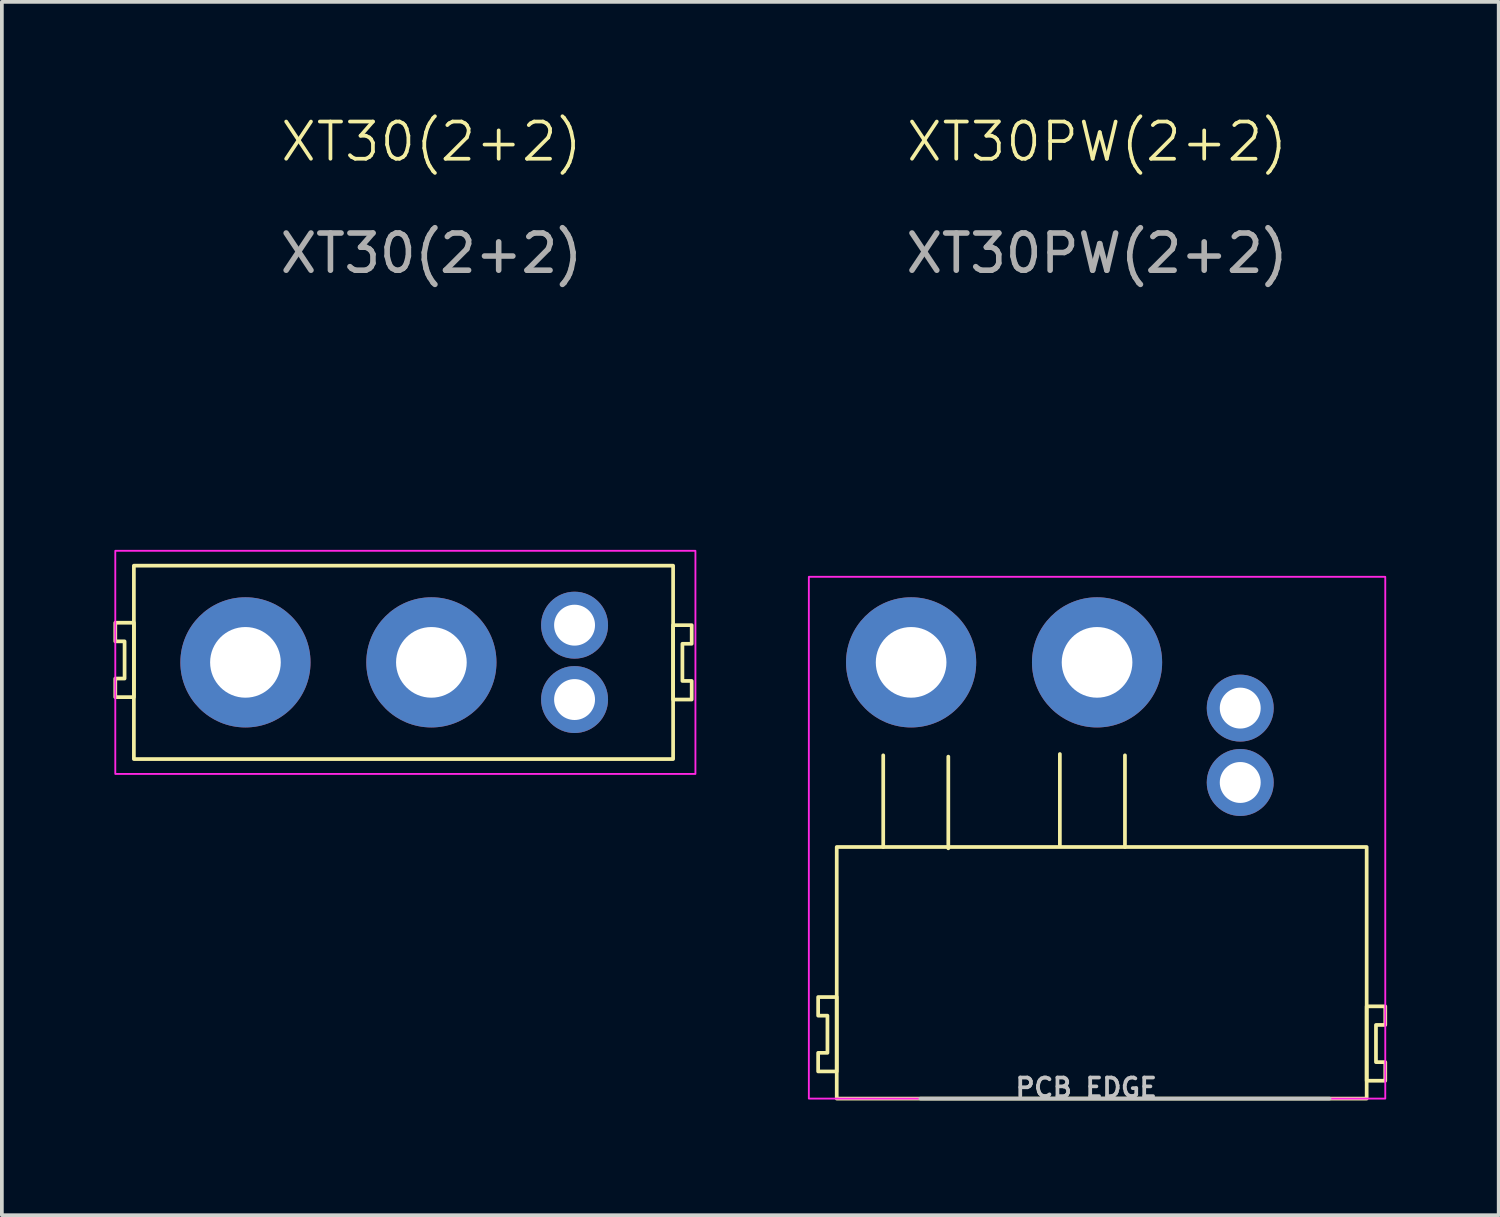
<source format=kicad_pcb>
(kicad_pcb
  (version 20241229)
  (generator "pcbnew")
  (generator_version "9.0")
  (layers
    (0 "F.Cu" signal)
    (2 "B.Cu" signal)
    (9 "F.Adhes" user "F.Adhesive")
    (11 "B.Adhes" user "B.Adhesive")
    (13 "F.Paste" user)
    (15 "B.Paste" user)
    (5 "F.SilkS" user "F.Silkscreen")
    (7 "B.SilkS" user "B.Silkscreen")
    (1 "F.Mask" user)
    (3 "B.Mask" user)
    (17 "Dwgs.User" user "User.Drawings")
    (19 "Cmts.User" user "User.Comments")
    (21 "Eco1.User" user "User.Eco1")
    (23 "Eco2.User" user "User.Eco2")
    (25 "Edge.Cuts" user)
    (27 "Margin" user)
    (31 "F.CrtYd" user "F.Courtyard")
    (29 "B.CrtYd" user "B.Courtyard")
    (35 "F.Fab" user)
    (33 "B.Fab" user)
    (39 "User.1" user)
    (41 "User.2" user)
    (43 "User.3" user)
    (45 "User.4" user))
  (footprint "XT30(2+2)"
    (layer "F.Cu")
    (at 8.55 14.761)
    (property "Reference" "XT30(2+2)" (at 0 -14 0) (unlocked yes) (layer "F.SilkS") (effects (font (size 1 1) (thickness 0.1))))
    (attr smd)
    (fp_rect (start -8 -2.6) (end 6.5 2.6) (stroke (width 0.1) (type solid)) (fill no) (layer "F.SilkS"))
    (fp_poly (pts (xy -8 -1.065) (xy -8.5 -1.065) (xy -8.5 -0.565) (xy -8.25 -0.565) (xy -8.25 0.435) (xy -8.5 0.435) (xy -8.5 0.935) (xy -8 0.935)) (stroke (width 0.1) (type solid)) (fill no) (layer "F.SilkS"))
    (fp_poly (pts (xy 6.5 -1) (xy 7 -1) (xy 7 -0.5) (xy 6.75 -0.5) (xy 6.75 0.5) (xy 7 0.5) (xy 7 1) (xy 6.5 1)) (stroke (width 0.1) (type solid)) (fill no) (layer "F.SilkS"))
    (fp_rect (start -8.5 -3) (end 7.1 3) (stroke (width 0.05) (type default)) (fill no) (layer "F.CrtYd"))
    (fp_text user "${REFERENCE}" (at 0 -11 0) (unlocked yes) (layer "F.Fab") (effects (font (size 1 1) (thickness 0.15))))
    (pad "1" thru_hole circle (at -5 0) (size 3.5 3.5) (drill 1.9) (layers "*.Cu" "*.Mask"))
    (pad "2" thru_hole circle (at 0 0) (size 3.5 3.5) (drill 1.9) (layers "*.Cu" "*.Mask"))
    (pad "3" thru_hole circle (at 3.85 -1) (size 1.8 1.8) (drill 1.1) (layers "*.Cu" "*.Mask"))
    (pad "4" thru_hole circle (at 3.85 1) (size 1.8 1.8) (drill 1.1) (layers "*.Cu" "*.Mask")))
  (footprint "XT30PW(2+2)"
    (layer "F.Cu")
    (at 26.45 14.761)
    (property "Reference" "XT30PW(2+2)" (at 0 -14 0) (unlocked yes) (layer "F.SilkS") (effects (font (size 1 1) (thickness 0.1))))
    (attr smd)
    (fp_line (start -5.75 4.965) (end -5.75 2.5) (stroke (width 0.1) (type default)) (layer "F.SilkS"))
    (fp_line (start -4 5) (end -4 2.535) (stroke (width 0.1) (type default)) (layer "F.SilkS"))
    (fp_line (start -1 4.93) (end -1 2.465) (stroke (width 0.1) (type default)) (layer "F.SilkS"))
    (fp_line (start 0.75 4.965) (end 0.75 2.5) (stroke (width 0.1) (type default)) (layer "F.SilkS"))
    (fp_rect (start -7 4.965) (end 7.25 11.73) (stroke (width 0.1) (type solid)) (fill no) (layer "F.SilkS"))
    (fp_poly (pts (xy -7 9) (xy -7.5 9) (xy -7.5 9.5) (xy -7.25 9.5) (xy -7.25 10.5) (xy -7.5 10.5) (xy -7.5 11) (xy -7 11)) (stroke (width 0.1) (type solid)) (fill no) (layer "F.SilkS"))
    (fp_poly (pts (xy 7.25 9.25) (xy 7.75 9.25) (xy 7.75 9.75) (xy 7.5 9.75) (xy 7.5 10.75) (xy 7.75 10.75) (xy 7.75 11.25) (xy 7.25 11.25)) (stroke (width 0.1) (type solid)) (fill no) (layer "F.SilkS"))
    (fp_line (start -4.75 11.73) (end 6.25 11.73) (stroke (width 0.1) (type solid)) (layer "Dwgs.User"))
    (fp_rect (start -7.75 -2.3) (end 7.75 11.73) (stroke (width 0.05) (type solid)) (fill no) (layer "F.CrtYd"))
    (fp_text user "PCB EDGE" (at -2.25 11.73 0) (unlocked yes) (layer "Dwgs.User") (effects (font (size 0.5 0.5) (thickness 0.1)) (justify left bottom)))
    (fp_text user "${REFERENCE}" (at 0 -11 0) (unlocked yes) (layer "F.Fab") (effects (font (size 1 1) (thickness 0.15))))
    (pad "1" thru_hole circle (at -5 0) (size 3.5 3.5) (drill 1.9) (layers "*.Cu" "*.Mask"))
    (pad "2" thru_hole circle (at 0 0) (size 3.5 3.5) (drill 1.9) (layers "*.Cu" "*.Mask"))
    (pad "3" thru_hole circle (at 3.85 1.23) (size 1.8 1.8) (drill 1.1) (layers "*.Cu" "*.Mask"))
    (pad "4" thru_hole circle (at 3.85 3.23) (size 1.8 1.8) (drill 1.1) (layers "*.Cu" "*.Mask")))
  (gr_rect
    (start -3 -3)
    (end 37.25 29.627)
    (stroke (width 0.1) (type default))
    (fill no)
    (layer "Edge.Cuts")))
</source>
